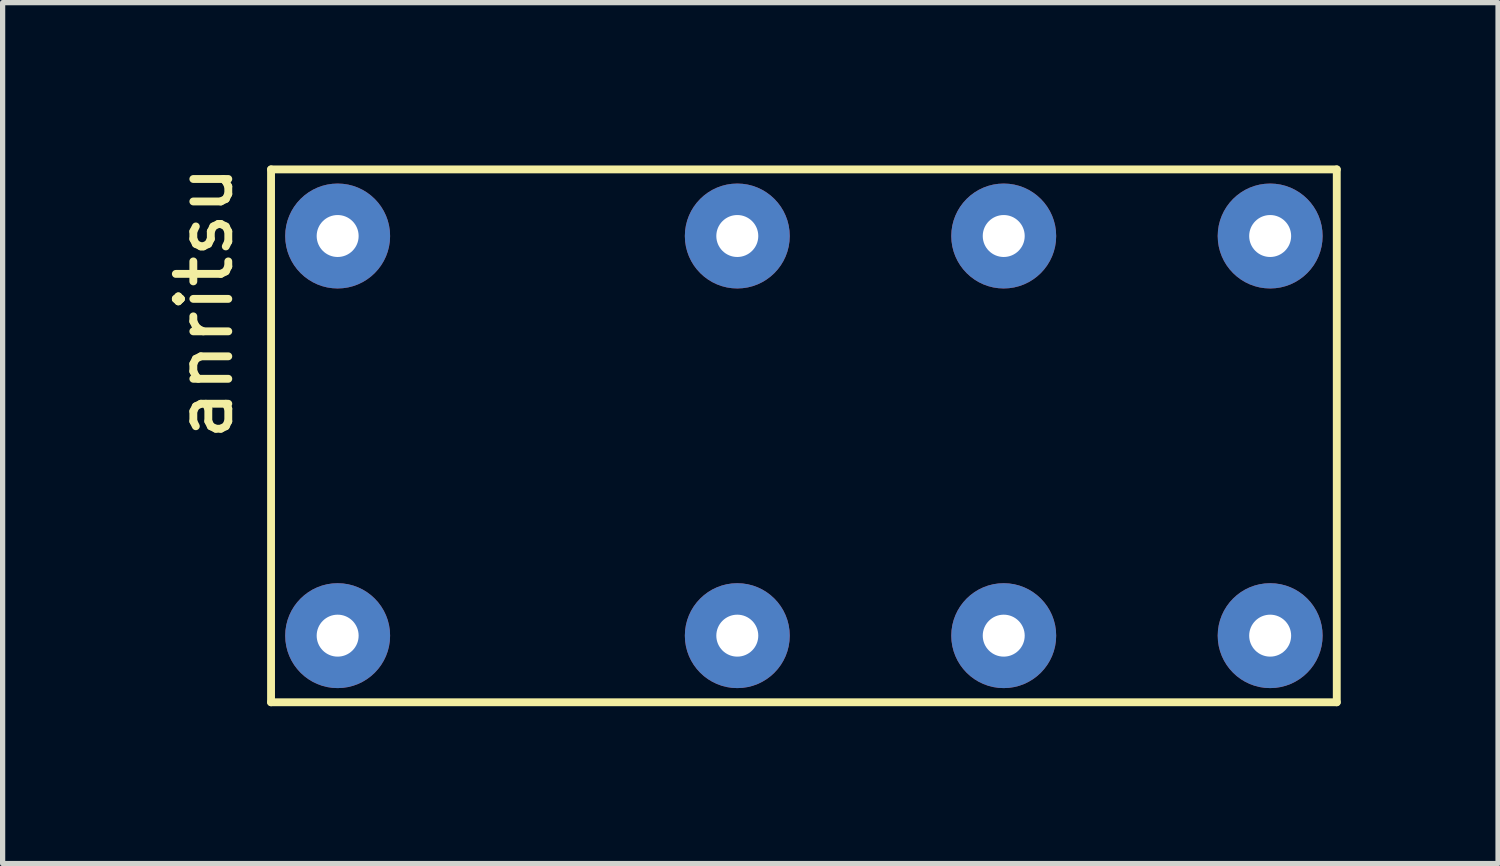
<source format=kicad_pcb>
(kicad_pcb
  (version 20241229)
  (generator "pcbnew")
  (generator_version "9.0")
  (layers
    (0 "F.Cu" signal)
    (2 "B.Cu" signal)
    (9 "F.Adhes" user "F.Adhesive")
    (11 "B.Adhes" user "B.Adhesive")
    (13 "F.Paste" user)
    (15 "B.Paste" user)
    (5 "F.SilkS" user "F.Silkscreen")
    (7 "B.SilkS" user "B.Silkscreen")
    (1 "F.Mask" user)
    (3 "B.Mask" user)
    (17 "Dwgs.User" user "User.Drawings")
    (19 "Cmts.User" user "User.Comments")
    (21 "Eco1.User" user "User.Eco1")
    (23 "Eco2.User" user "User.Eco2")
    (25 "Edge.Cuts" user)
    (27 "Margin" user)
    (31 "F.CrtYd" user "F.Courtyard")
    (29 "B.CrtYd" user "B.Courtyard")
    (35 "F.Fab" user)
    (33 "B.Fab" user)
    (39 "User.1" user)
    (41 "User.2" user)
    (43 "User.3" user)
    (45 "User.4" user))
  (footprint "anritsu"
    (layer "F.Cu")
    (at 3.388 9.07)
    (property "Reference" "anritsu" (at -2.54 -6.35 90) (layer "F.SilkS") (effects (font (size 1 1) (thickness 0.15))))
    (attr through_hole)
    (fp_line (start -1.27 -8.89) (end 19.05 -8.89) (stroke (width 0.15) (type solid)) (layer "F.SilkS"))
    (fp_line (start -1.27 1.27) (end -1.27 -8.89) (stroke (width 0.15) (type solid)) (layer "F.SilkS"))
    (fp_line (start 19.05 -8.89) (end 19.05 1.27) (stroke (width 0.15) (type solid)) (layer "F.SilkS"))
    (fp_line (start 19.05 1.27) (end -1.27 1.27) (stroke (width 0.15) (type solid)) (layer "F.SilkS"))
    (pad "1" thru_hole circle (at 0 -7.62) (size 2 2) (drill 0.8) (layers "*.Cu" "*.Mask"))
    (pad "2" thru_hole circle (at 12.7 -7.62) (size 2 2) (drill 0.8) (layers "*.Cu" "*.Mask"))
    (pad "3" thru_hole circle (at 7.62 -7.62) (size 2 2) (drill 0.8) (layers "*.Cu" "*.Mask"))
    (pad "4" thru_hole circle (at 17.78 -7.62) (size 2 2) (drill 0.8) (layers "*.Cu" "*.Mask"))
    (pad "7" thru_hole circle (at 17.78 0) (size 2 2) (drill 0.8) (layers "*.Cu" "*.Mask"))
    (pad "8" thru_hole circle (at 7.62 0) (size 2 2) (drill 0.8) (layers "*.Cu" "*.Mask"))
    (pad "9" thru_hole circle (at 12.7 0) (size 2 2) (drill 0.8) (layers "*.Cu" "*.Mask"))
    (pad "10" thru_hole circle (at 0 0) (size 2 2) (drill 0.8) (layers "*.Cu" "*.Mask")))
  (gr_rect
    (start -3 -3)
    (end 25.513 13.415)
    (stroke (width 0.1) (type default))
    (fill no)
    (layer "Edge.Cuts")))
</source>
